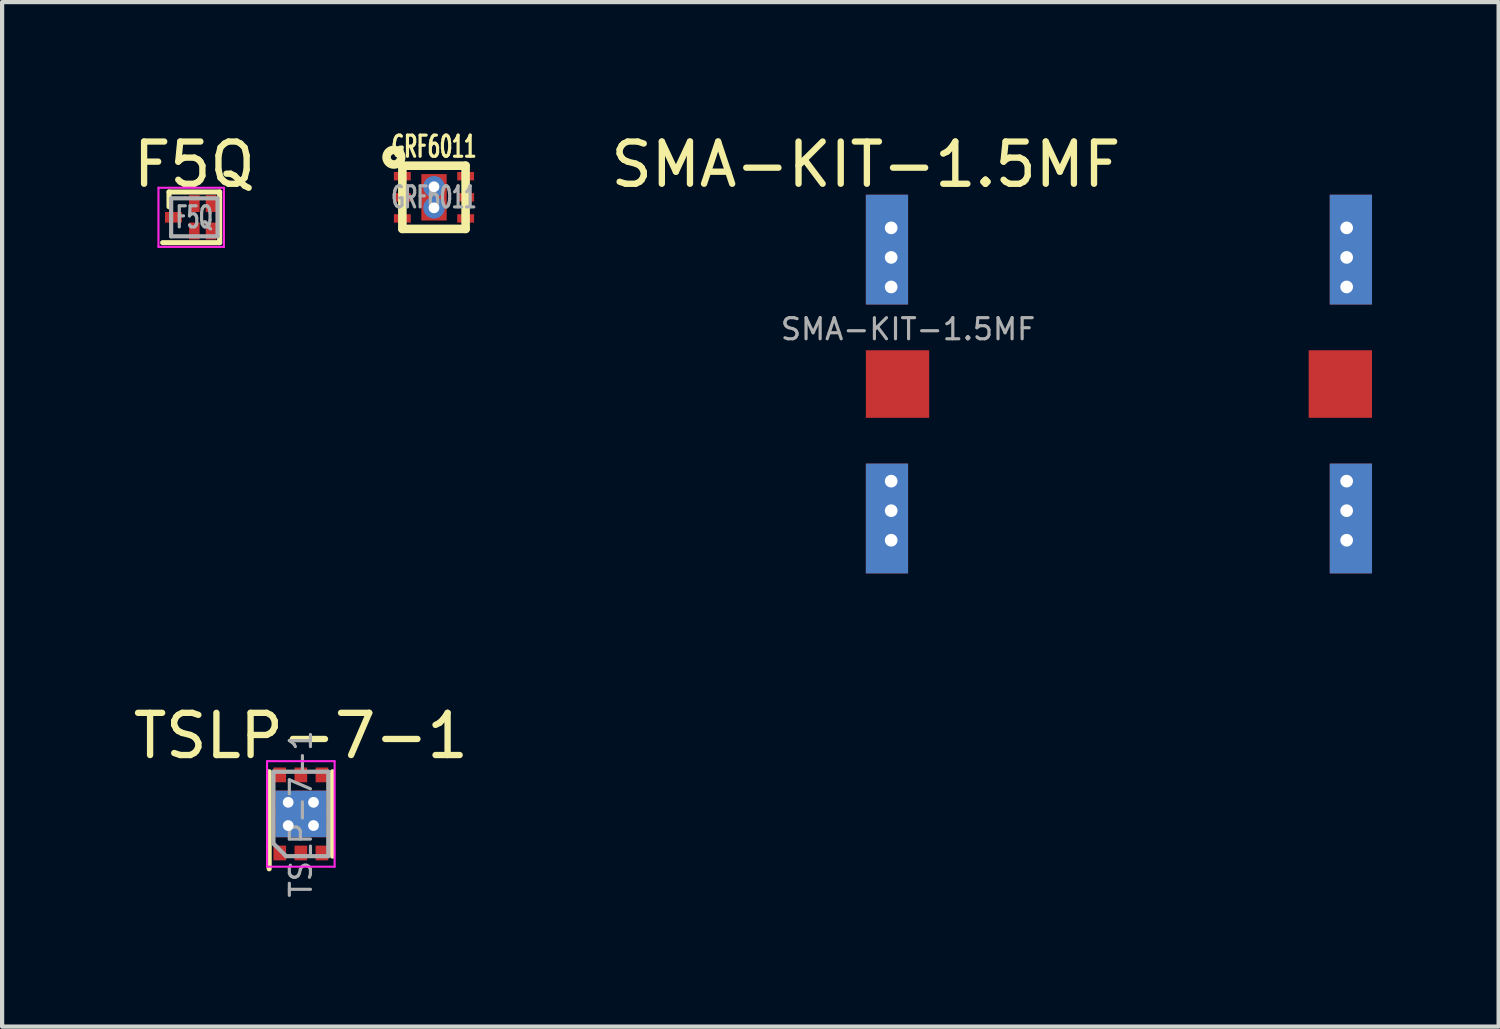
<source format=kicad_pcb>
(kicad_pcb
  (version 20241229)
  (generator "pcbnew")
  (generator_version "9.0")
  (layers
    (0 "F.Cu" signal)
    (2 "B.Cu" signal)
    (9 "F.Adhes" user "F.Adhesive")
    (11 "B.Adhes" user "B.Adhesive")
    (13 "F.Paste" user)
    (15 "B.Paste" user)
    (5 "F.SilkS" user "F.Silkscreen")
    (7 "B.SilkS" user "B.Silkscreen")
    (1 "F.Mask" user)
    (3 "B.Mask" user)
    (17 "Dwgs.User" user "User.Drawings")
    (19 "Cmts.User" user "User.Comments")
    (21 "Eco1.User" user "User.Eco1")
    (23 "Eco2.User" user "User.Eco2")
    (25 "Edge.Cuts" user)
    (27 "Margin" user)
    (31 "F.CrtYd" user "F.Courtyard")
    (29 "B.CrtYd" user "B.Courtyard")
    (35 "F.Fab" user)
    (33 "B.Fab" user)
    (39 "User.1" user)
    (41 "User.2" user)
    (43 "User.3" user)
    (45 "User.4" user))
  (footprint "SMA-KIT-1.5MF"
    (layer "F.Cu")
    (at 17.462 6.048)
    (property "Reference" "SMA-KIT-1.5MF" (at 0 -5.2 0) (layer "F.SilkS") (effects (font (size 1 1) (thickness 0.15))))
    (attr exclude_from_pos_files exclude_from_bom)
    (fp_text user "${REFERENCE}" (at 1 -1.3 0) (layer "F.Fab") (effects (font (size 0.5 0.5) (thickness 0.075))))
    (pad "1" smd rect (at 0.75 0) (size 1.5 1.6) (layers "F.Cu" "F.Mask"))
    (pad "2" smd rect (at 0.5 -3.185) (size 1 2.6) (layers "F.Cu" "F.Mask"))
    (pad "2" smd rect (at 0.5 -3.185) (size 1 2.6) (layers "B.Cu" "B.Mask"))
    (pad "2" smd rect (at 0.5 3.185) (size 1 2.6) (layers "F.Cu" "F.Mask"))
    (pad "2" smd rect (at 0.5 3.185) (size 1 2.6) (layers "B.Cu" "B.Mask"))
    (pad "2" thru_hole circle (at 0.6 -3.7) (size 0.64 0.64) (drill 0.3) (layers "*.Cu" "*.Mask"))
    (pad "2" thru_hole circle (at 0.6 -3) (size 0.64 0.64) (drill 0.3) (layers "*.Cu" "*.Mask"))
    (pad "2" thru_hole circle (at 0.6 -2.3) (size 0.64 0.64) (drill 0.3) (layers "*.Cu" "*.Mask"))
    (pad "2" thru_hole circle (at 0.6 2.3) (size 0.64 0.64) (drill 0.3) (layers "*.Cu" "*.Mask"))
    (pad "2" thru_hole circle (at 0.6 3) (size 0.64 0.64) (drill 0.3) (layers "*.Cu" "*.Mask"))
    (pad "2" thru_hole circle (at 0.6 3.7) (size 0.64 0.64) (drill 0.3) (layers "*.Cu" "*.Mask"))
    (pad "3" smd rect (at 11.24 0 180) (size 1.5 1.6) (layers "F.Cu" "F.Mask"))
    (pad "4" thru_hole circle (at 11.39 -3.7 180) (size 0.64 0.64) (drill 0.3) (layers "*.Cu" "*.Mask"))
    (pad "4" thru_hole circle (at 11.39 -3 180) (size 0.64 0.64) (drill 0.3) (layers "*.Cu" "*.Mask"))
    (pad "4" thru_hole circle (at 11.39 -2.3 180) (size 0.64 0.64) (drill 0.3) (layers "*.Cu" "*.Mask"))
    (pad "4" thru_hole circle (at 11.39 2.3 180) (size 0.64 0.64) (drill 0.3) (layers "*.Cu" "*.Mask"))
    (pad "4" thru_hole circle (at 11.39 3 180) (size 0.64 0.64) (drill 0.3) (layers "*.Cu" "*.Mask"))
    (pad "4" thru_hole circle (at 11.39 3.7 180) (size 0.64 0.64) (drill 0.3) (layers "*.Cu" "*.Mask"))
    (pad "4" smd rect (at 11.49 -3.185 180) (size 1 2.6) (layers "F.Cu" "F.Mask"))
    (pad "4" smd rect (at 11.49 -3.185 180) (size 1 2.6) (layers "B.Cu" "B.Mask"))
    (pad "4" smd rect (at 11.49 3.185 180) (size 1 2.6) (layers "F.Cu" "F.Mask"))
    (pad "4" smd rect (at 11.49 3.185 180) (size 1 2.6) (layers "B.Cu" "B.Mask")))
  (footprint "GRF6011"
    (layer "F.Cu")
    (at 7.231 1.624)
    (property "Reference" "GRF6011" (at 0 -1.2 0) (layer "F.SilkS") (effects (font (size 0.5 0.3) (thickness 0.075))))
    (attr through_hole)
    (fp_line (start -0.749 -0.749) (end 0.749 -0.749) (stroke (width 0.203) (type solid)) (layer "F.SilkS"))
    (fp_line (start -0.749 0.749) (end -0.749 -0.749) (stroke (width 0.203) (type solid)) (layer "F.SilkS"))
    (fp_line (start 0.749 -0.749) (end 0.749 0.749) (stroke (width 0.203) (type solid)) (layer "F.SilkS"))
    (fp_line (start 0.749 0.749) (end -0.749 0.749) (stroke (width 0.203) (type solid)) (layer "F.SilkS"))
    (fp_circle (center -0.95 -0.95) (end -0.899 -0.899) (stroke (width 0.203) (type solid)) (fill no) (layer "F.SilkS"))
    (fp_text user "${REFERENCE}" (at 0 0 0) (layer "F.Fab") (effects (font (size 0.5 0.3) (thickness 0.075))))
    (pad "0" thru_hole circle (at 0 -0.25) (size 0.508 0.508) (drill 0.254) (layers "*.Cu" "*.Mask"))
    (pad "0" smd rect (at 0 0) (size 0.6 1.1) (layers "F.Cu" "F.Mask" "F.Paste"))
    (pad "0" thru_hole circle (at 0 0.25) (size 0.508 0.508) (drill 0.254) (layers "*.Cu" "*.Mask"))
    (pad "1" smd rect (at -0.75 -0.5) (size 0.4 0.2) (layers "F.Cu" "F.Mask" "F.Paste"))
    (pad "2" smd rect (at -0.75 0) (size 0.4 0.2) (layers "F.Cu" "F.Mask" "F.Paste"))
    (pad "3" smd rect (at -0.75 0.5) (size 0.4 0.2) (layers "F.Cu" "F.Mask" "F.Paste"))
    (pad "4" smd rect (at 0.75 0.5) (size 0.4 0.2) (layers "F.Cu" "F.Mask" "F.Paste"))
    (pad "5" smd rect (at 0.75 0) (size 0.4 0.2) (layers "F.Cu" "F.Mask" "F.Paste"))
    (pad "6" smd rect (at 0.75 -0.5) (size 0.4 0.2) (layers "F.Cu" "F.Mask" "F.Paste")))
  (footprint "F5Q"
    (layer "F.Cu")
    (at 1.554 2.098)
    (property "Reference" "F5Q" (at 0 -1.25 0) (layer "F.SilkS") (effects (font (size 1 1) (thickness 0.15))))
    (attr through_hole)
    (fp_line (start -0.6 -0.6) (end -0.6 -0.25) (stroke (width 0.12) (type solid)) (layer "F.SilkS"))
    (fp_line (start -0.6 -0.6) (end 0.6 -0.6) (stroke (width 0.12) (type solid)) (layer "F.SilkS"))
    (fp_line (start 0.6 -0.6) (end 0.6 0.6) (stroke (width 0.12) (type solid)) (layer "F.SilkS"))
    (fp_line (start 0.6 0.6) (end -0.751 0.6) (stroke (width 0.12) (type solid)) (layer "F.SilkS"))
    (fp_line (start -0.85 -0.7) (end 0.7 -0.7) (stroke (width 0.05) (type solid)) (layer "F.CrtYd"))
    (fp_line (start -0.85 0.7) (end -0.85 -0.7) (stroke (width 0.05) (type solid)) (layer "F.CrtYd"))
    (fp_line (start 0.7 -0.7) (end 0.7 0.7) (stroke (width 0.05) (type solid)) (layer "F.CrtYd"))
    (fp_line (start 0.7 0.7) (end -0.85 0.7) (stroke (width 0.05) (type solid)) (layer "F.CrtYd"))
    (fp_line (start -0.55 -0.45) (end 0.55 -0.45) (stroke (width 0.1) (type solid)) (layer "F.Fab"))
    (fp_line (start -0.55 0.45) (end -0.55 -0.45) (stroke (width 0.1) (type solid)) (layer "F.Fab"))
    (fp_line (start 0.55 -0.45) (end 0.55 0.45) (stroke (width 0.1) (type solid)) (layer "F.Fab"))
    (fp_line (start 0.55 0.45) (end -0.55 0.45) (stroke (width 0.1) (type solid)) (layer "F.Fab"))
    (fp_text user "${REFERENCE}" (at 0 0 0) (layer "F.Fab") (effects (font (size 0.5 0.3) (thickness 0.075))))
    (pad "1" smd rect (at -0.495 0) (size 0.4 0.25) (layers "F.Cu" "F.Mask" "F.Paste"))
    (pad "2" smd rect (at 0 0.325) (size 0.25 0.4) (layers "F.Cu" "F.Mask" "F.Paste"))
    (pad "3" smd rect (at 0.395 0.325) (size 0.25 0.4) (layers "F.Cu" "F.Mask" "F.Paste"))
    (pad "4" smd rect (at 0.395 -0.325) (size 0.25 0.4) (layers "F.Cu" "F.Mask" "F.Paste"))
    (pad "5" smd rect (at 0 -0.325) (size 0.25 0.4) (layers "F.Cu" "F.Mask" "F.Paste")))
  (footprint "TSLP-7-1"
    (layer "F.Cu")
    (at 4.077 16.232)
    (property "Reference" "TSLP-7-1" (at 0 -1.85 0) (layer "F.SilkS") (effects (font (size 1 1) (thickness 0.15))))
    (attr smd)
    (fp_line (start -0.75 -1) (end -0.75 1.3) (stroke (width 0.12) (type solid)) (layer "F.SilkS"))
    (fp_line (start 0.75 -1) (end 0.75 1) (stroke (width 0.12) (type solid)) (layer "F.SilkS"))
    (fp_line (start -0.8 -1.25) (end 0.8 -1.25) (stroke (width 0.05) (type solid)) (layer "F.CrtYd"))
    (fp_line (start -0.8 1.25) (end -0.8 -1.25) (stroke (width 0.05) (type solid)) (layer "F.CrtYd"))
    (fp_line (start 0.8 -1.25) (end 0.8 1.25) (stroke (width 0.05) (type solid)) (layer "F.CrtYd"))
    (fp_line (start 0.8 1.25) (end -0.8 1.25) (stroke (width 0.05) (type solid)) (layer "F.CrtYd"))
    (fp_line (start -0.65 -1) (end 0.65 -1) (stroke (width 0.1) (type solid)) (layer "F.Fab"))
    (fp_line (start -0.65 0.7) (end -0.65 -1) (stroke (width 0.1) (type solid)) (layer "F.Fab"))
    (fp_line (start -0.35 1) (end -0.65 0.7) (stroke (width 0.1) (type solid)) (layer "F.Fab"))
    (fp_line (start 0.65 -1) (end 0.65 1) (stroke (width 0.1) (type solid)) (layer "F.Fab"))
    (fp_line (start 0.65 1) (end -0.35 1) (stroke (width 0.1) (type solid)) (layer "F.Fab"))
    (fp_text user "${REFERENCE}" (at 0 0 90) (layer "F.Fab") (effects (font (size 0.5 0.5) (thickness 0.075))))
    (pad "1" smd rect (at -0.5 0.925) (size 0.3 0.35) (layers "F.Cu" "F.Mask" "F.Paste"))
    (pad "2" smd rect (at 0 0.925) (size 0.3 0.35) (layers "F.Cu" "F.Mask" "F.Paste"))
    (pad "3" smd rect (at 0.5 0.925) (size 0.3 0.35) (layers "F.Cu" "F.Mask" "F.Paste"))
    (pad "4" smd rect (at 0.5 -0.925) (size 0.3 0.35) (layers "F.Cu" "F.Mask" "F.Paste"))
    (pad "5" smd rect (at 0 -0.925) (size 0.3 0.35) (layers "F.Cu" "F.Mask" "F.Paste"))
    (pad "6" smd rect (at -0.5 -0.925) (size 0.3 0.35) (layers "F.Cu" "F.Mask" "F.Paste"))
    (pad "7" smd rect (at -0.45 -0.4) (size 0.3 0.3) (layers "F.Cu" "F.Paste"))
    (pad "7" smd rect (at -0.45 0) (size 0.3 0.3) (layers "F.Cu" "F.Paste"))
    (pad "7" smd rect (at -0.45 0.4) (size 0.3 0.3) (layers "F.Cu" "F.Paste"))
    (pad "7" thru_hole circle (at -0.3 -0.275) (size 0.5 0.5) (drill 0.254) (layers "*.Cu" "*.Mask"))
    (pad "7" thru_hole circle (at -0.3 0.275) (size 0.5 0.5) (drill 0.254) (layers "*.Cu" "*.Mask"))
    (pad "7" smd rect (at 0 -0.4) (size 0.3 0.3) (layers "F.Cu" "F.Paste"))
    (pad "7" smd rect (at 0 0) (size 0.3 0.3) (layers "F.Cu" "F.Paste"))
    (pad "7" smd rect (at 0 0) (size 1.2 1.1) (layers "F.Cu" "F.Mask"))
    (pad "7" smd rect (at 0 0) (size 1.2 1.1) (layers "B.Cu"))
    (pad "7" smd rect (at 0 0.4) (size 0.3 0.3) (layers "F.Cu" "F.Paste"))
    (pad "7" thru_hole circle (at 0.3 -0.275) (size 0.5 0.5) (drill 0.254) (layers "*.Cu" "*.Mask"))
    (pad "7" thru_hole circle (at 0.3 0.275) (size 0.5 0.5) (drill 0.254) (layers "*.Cu" "*.Mask"))
    (pad "7" smd rect (at 0.45 -0.4) (size 0.3 0.3) (layers "F.Cu" "F.Paste"))
    (pad "7" smd rect (at 0.45 0) (size 0.3 0.3) (layers "F.Cu" "F.Paste"))
    (pad "7" smd rect (at 0.45 0.4) (size 0.3 0.3) (layers "F.Cu" "F.Paste")))
  (gr_rect
    (start -3 -3)
    (end 32.452 21.27)
    (stroke (width 0.1) (type default))
    (fill no)
    (layer "Edge.Cuts")))
</source>
